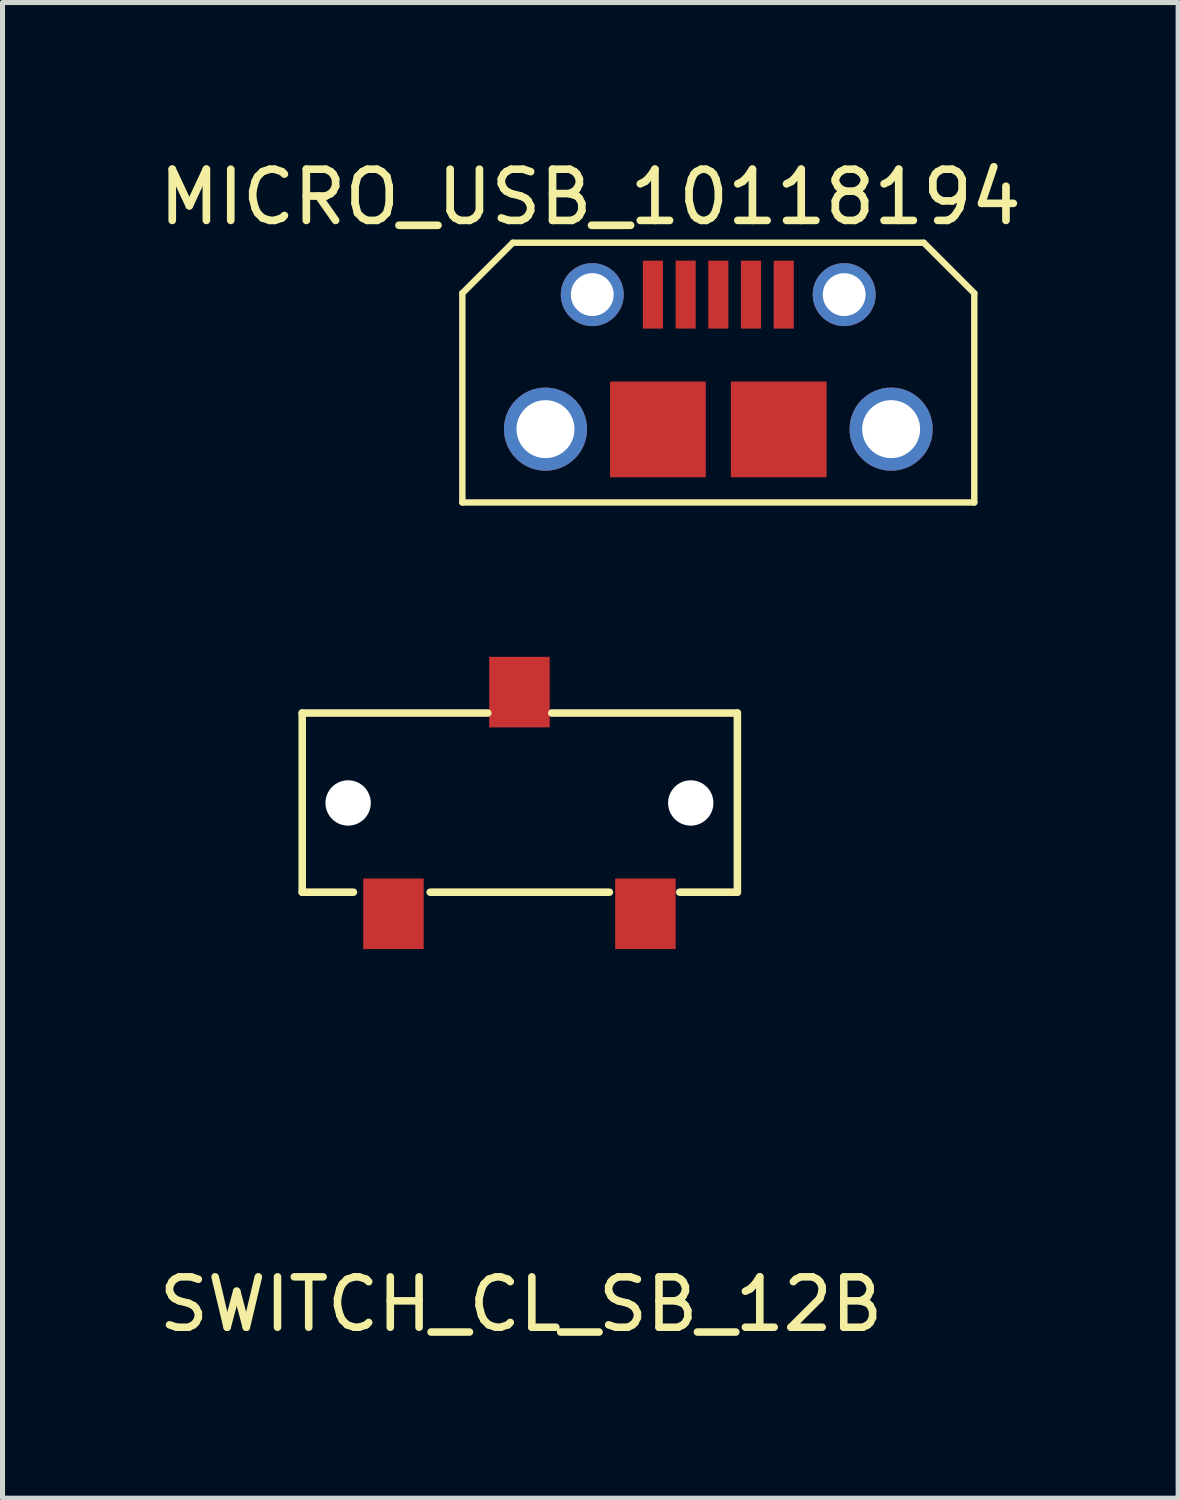
<source format=kicad_pcb>
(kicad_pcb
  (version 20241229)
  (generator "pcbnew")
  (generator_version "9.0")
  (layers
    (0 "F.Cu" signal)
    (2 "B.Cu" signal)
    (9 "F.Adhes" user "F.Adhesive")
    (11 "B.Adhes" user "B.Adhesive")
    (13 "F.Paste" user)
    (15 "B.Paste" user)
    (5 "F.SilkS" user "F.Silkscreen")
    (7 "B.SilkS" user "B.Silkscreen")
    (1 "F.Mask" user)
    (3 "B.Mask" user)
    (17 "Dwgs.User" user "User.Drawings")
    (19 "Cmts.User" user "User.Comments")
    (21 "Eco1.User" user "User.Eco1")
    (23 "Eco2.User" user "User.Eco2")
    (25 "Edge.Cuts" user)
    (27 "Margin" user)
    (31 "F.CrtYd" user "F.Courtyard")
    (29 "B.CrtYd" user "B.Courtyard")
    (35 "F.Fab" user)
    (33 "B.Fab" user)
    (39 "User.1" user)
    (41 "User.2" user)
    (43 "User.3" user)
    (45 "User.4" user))
  (footprint "SWITCH_CL_SB_12B"
    (layer "F.Cu")
    (at 7.266 12.879)
    (property "Reference" "SWITCH_CL_SB_12B" (at 0.025 9.957 0) (layer "F.SilkS") (effects (font (size 1 1) (thickness 0.15))))
    (attr through_hole)
    (fp_line (start -4.318 -1.778) (end -4.318 1.778) (stroke (width 0.15) (type solid)) (layer "F.SilkS"))
    (fp_line (start -4.318 1.778) (end -3.302 1.778) (stroke (width 0.15) (type solid)) (layer "F.SilkS"))
    (fp_line (start -1.778 1.778) (end 1.778 1.778) (stroke (width 0.15) (type solid)) (layer "F.SilkS"))
    (fp_line (start -0.635 -1.778) (end -4.318 -1.778) (stroke (width 0.15) (type solid)) (layer "F.SilkS"))
    (fp_line (start 3.175 1.778) (end 4.318 1.778) (stroke (width 0.15) (type solid)) (layer "F.SilkS"))
    (fp_line (start 4.318 -1.778) (end 0.635 -1.778) (stroke (width 0.15) (type solid)) (layer "F.SilkS"))
    (fp_line (start 4.318 1.778) (end 4.318 -1.778) (stroke (width 0.15) (type solid)) (layer "F.SilkS"))
    (pad "" np_thru_hole circle (at -3.407 0.007) (size 0.9 0.9) (drill 0.9) (layers "*.Cu" "*.Mask"))
    (pad "" np_thru_hole circle (at 3.393 0.007) (size 0.9 0.9) (drill 0.9) (layers "*.Cu" "*.Mask"))
    (pad "1" smd rect (at -2.507 2.207) (size 1.2 1.4) (layers "F.Cu" "F.Mask" "F.Paste"))
    (pad "2" smd rect (at -0.007 -2.193) (size 1.2 1.4) (layers "F.Cu" "F.Mask" "F.Paste"))
    (pad "3" smd rect (at 2.493 2.207) (size 1.2 1.4) (layers "F.Cu" "F.Mask" "F.Paste")))
  (footprint "MICRO_USB_10118194"
    (layer "F.Cu")
    (at 11.206 4.067)
    (property "Reference" "MICRO_USB_10118194" (at -2.54 -3.205 0) (layer "F.SilkS") (effects (font (size 1.016 1.016) (thickness 0.152))))
    (attr smd)
    (fp_line (start -5.08 -1.298) (end -4.079 -2.299) (stroke (width 0.127) (type solid)) (layer "F.SilkS"))
    (fp_line (start -5.08 2.855) (end -5.08 -1.298) (stroke (width 0.127) (type solid)) (layer "F.SilkS"))
    (fp_line (start -5.08 2.855) (end 5.08 2.855) (stroke (width 0.127) (type solid)) (layer "F.SilkS"))
    (fp_line (start -4.079 -2.299) (end 4.079 -2.299) (stroke (width 0.127) (type solid)) (layer "F.SilkS"))
    (fp_line (start -3.548 1.049) (end -3.548 1.748) (stroke (width 0.008) (type solid)) (layer "F.SilkS"))
    (fp_line (start 4.079 -2.299) (end 5.08 -1.298) (stroke (width 0.127) (type solid)) (layer "F.SilkS"))
    (fp_line (start 5.08 -1.298) (end 5.08 2.855) (stroke (width 0.127) (type solid)) (layer "F.SilkS"))
    (pad "1" smd rect (at -1.298 -1.27 180) (size 0.399 1.349) (layers "F.Cu" "F.Mask" "F.Paste"))
    (pad "2" smd rect (at -0.648 -1.27 180) (size 0.399 1.349) (layers "F.Cu" "F.Mask" "F.Paste"))
    (pad "3" smd rect (at 0 -1.27 180) (size 0.399 1.349) (layers "F.Cu" "F.Mask" "F.Paste"))
    (pad "4" smd rect (at 0.648 -1.27 180) (size 0.399 1.349) (layers "F.Cu" "F.Mask" "F.Paste"))
    (pad "5" smd rect (at 1.298 -1.27 180) (size 0.399 1.349) (layers "F.Cu" "F.Mask" "F.Paste"))
    (pad "S3" thru_hole circle (at 2.498 -1.27 180) (size 1.25 1.25) (drill 0.85) (layers "*.Cu" "*.Mask"))
    (pad "S4" thru_hole circle (at -2.502 -1.27 180) (size 1.25 1.25) (drill 0.85) (layers "*.Cu" "*.Mask"))
    (pad "S5" smd rect (at -1.199 1.405) (size 1.9 1.9) (layers "F.Cu" "F.Mask" "F.Paste"))
    (pad "S6" smd rect (at 1.199 1.405) (size 1.9 1.9) (layers "F.Cu" "F.Mask" "F.Paste"))
    (pad "SLOT" thru_hole circle (at -3.43 1.4) (size 1.65 1.65) (drill 1.15) (layers "*.Cu" "*.Mask"))
    (pad "SLOT" thru_hole circle (at 3.43 1.4) (size 1.65 1.65) (drill 1.15) (layers "*.Cu" "*.Mask")))
  (gr_rect
    (start -3 -3)
    (end 20.332 26.684)
    (stroke (width 0.1) (type default))
    (fill no)
    (layer "Edge.Cuts")))
</source>
